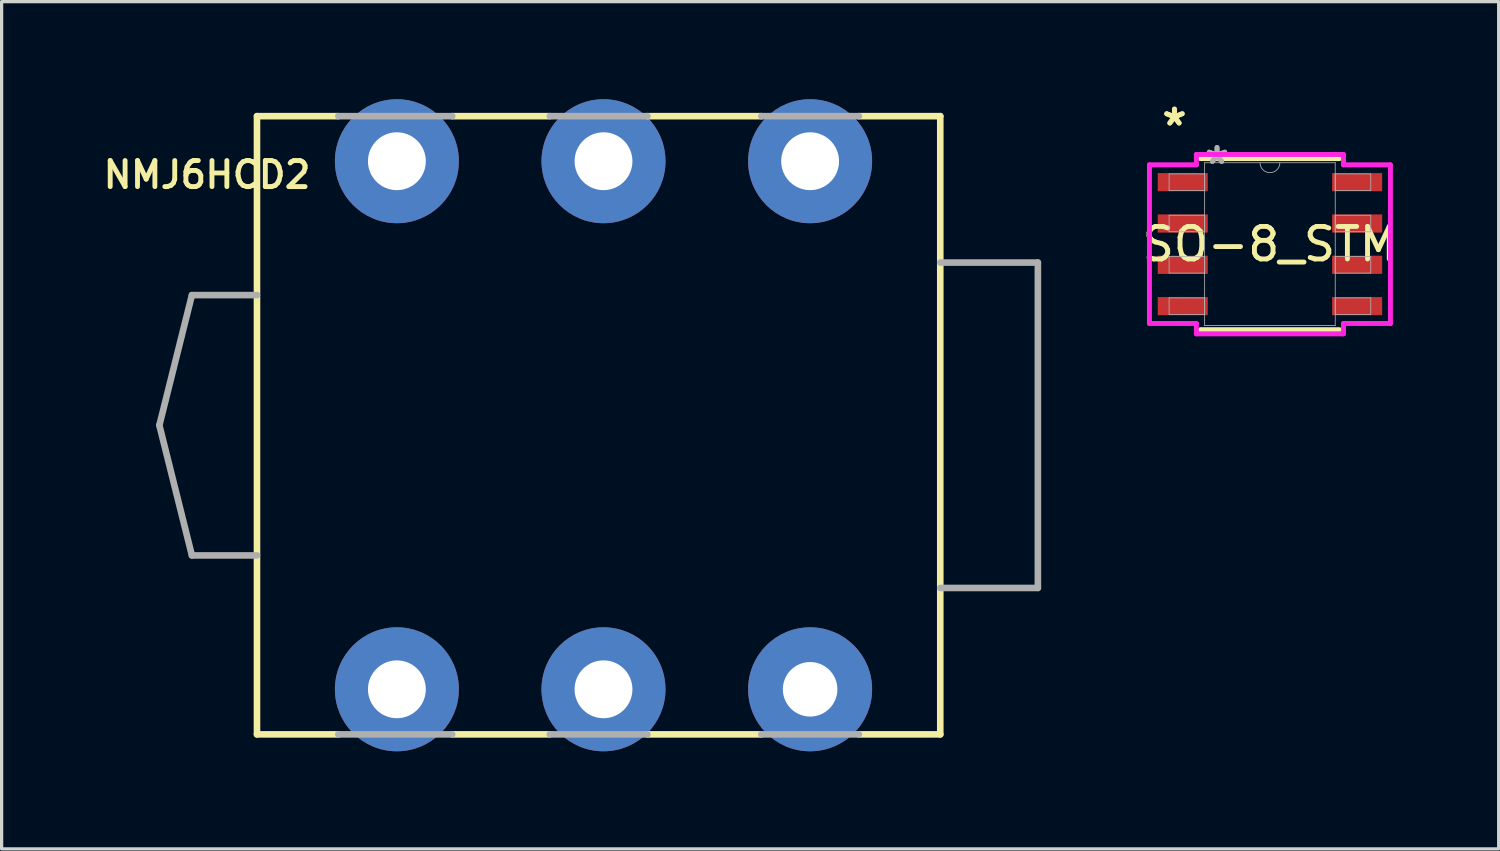
<source format=kicad_pcb>
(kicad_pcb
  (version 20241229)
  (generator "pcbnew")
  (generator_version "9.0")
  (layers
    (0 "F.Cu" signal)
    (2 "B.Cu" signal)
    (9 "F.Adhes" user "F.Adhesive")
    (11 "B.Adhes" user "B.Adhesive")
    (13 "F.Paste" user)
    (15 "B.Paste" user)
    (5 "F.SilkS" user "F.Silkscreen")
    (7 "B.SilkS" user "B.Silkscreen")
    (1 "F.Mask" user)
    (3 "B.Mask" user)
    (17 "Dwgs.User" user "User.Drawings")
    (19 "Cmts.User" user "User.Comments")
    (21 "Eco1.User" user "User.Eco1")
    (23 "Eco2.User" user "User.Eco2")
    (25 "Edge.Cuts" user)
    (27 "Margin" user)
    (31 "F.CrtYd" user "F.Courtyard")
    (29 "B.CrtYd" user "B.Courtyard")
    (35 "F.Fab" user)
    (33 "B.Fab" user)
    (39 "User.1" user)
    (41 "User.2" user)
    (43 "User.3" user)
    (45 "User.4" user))
  (footprint "NMJ6HCD2"
    (layer "F.Cu")
    (at 25.848 10.02)
    (property "Reference" "NMJ6HCD2" (at -22.536 -7.698 180) (layer "F.SilkS") (effects (font (size 0.801 0.801) (thickness 0.15))))
    (attr through_hole)
    (fp_line (start -21 -9.5) (end -18.5 -9.5) (stroke (width 0.203) (type solid)) (layer "F.SilkS"))
    (fp_line (start -21 9.5) (end -21 -9.5) (stroke (width 0.203) (type solid)) (layer "F.SilkS"))
    (fp_line (start -18.5 9.5) (end -21 9.5) (stroke (width 0.203) (type solid)) (layer "F.SilkS"))
    (fp_line (start -15 -9.5) (end -12 -9.5) (stroke (width 0.203) (type solid)) (layer "F.SilkS"))
    (fp_line (start -12 9.5) (end -15 9.5) (stroke (width 0.203) (type solid)) (layer "F.SilkS"))
    (fp_line (start -9 -9.5) (end -5.5 -9.5) (stroke (width 0.203) (type solid)) (layer "F.SilkS"))
    (fp_line (start -5.5 9.5) (end -9 9.5) (stroke (width 0.203) (type solid)) (layer "F.SilkS"))
    (fp_line (start -2.5 -9.5) (end 0 -9.5) (stroke (width 0.203) (type solid)) (layer "F.SilkS"))
    (fp_line (start 0 -9.5) (end 0 9.5) (stroke (width 0.203) (type solid)) (layer "F.SilkS"))
    (fp_line (start 0 9.5) (end -2.5 9.5) (stroke (width 0.203) (type solid)) (layer "F.SilkS"))
    (fp_line (start -24 0) (end -23 -4) (stroke (width 0.203) (type solid)) (layer "F.Fab"))
    (fp_line (start -24 0) (end -23 4) (stroke (width 0.203) (type solid)) (layer "F.Fab"))
    (fp_line (start -23 -4) (end -21 -4) (stroke (width 0.203) (type solid)) (layer "F.Fab"))
    (fp_line (start -23 4) (end -21 4) (stroke (width 0.203) (type solid)) (layer "F.Fab"))
    (fp_line (start -18.5 -9.5) (end -15 -9.5) (stroke (width 0.203) (type solid)) (layer "F.Fab"))
    (fp_line (start -15 9.5) (end -18.5 9.5) (stroke (width 0.203) (type solid)) (layer "F.Fab"))
    (fp_line (start -12 -9.5) (end -9 -9.5) (stroke (width 0.203) (type solid)) (layer "F.Fab"))
    (fp_line (start -9 9.5) (end -12 9.5) (stroke (width 0.203) (type solid)) (layer "F.Fab"))
    (fp_line (start -5.5 -9.5) (end -2.5 -9.5) (stroke (width 0.203) (type solid)) (layer "F.Fab"))
    (fp_line (start -2.5 9.5) (end -5.5 9.5) (stroke (width 0.203) (type solid)) (layer "F.Fab"))
    (fp_line (start 0 5) (end 3 5) (stroke (width 0.203) (type solid)) (layer "F.Fab"))
    (fp_line (start 3 -5) (end 0 -5) (stroke (width 0.203) (type solid)) (layer "F.Fab"))
    (fp_line (start 3 5) (end 3 -5) (stroke (width 0.203) (type solid)) (layer "F.Fab"))
    (pad "R" thru_hole circle (at -10.35 -8.115) (size 3.81 3.81) (drill 1.778) (layers "*.Cu" "*.Mask"))
    (pad "RN" thru_hole circle (at -10.35 8.115) (size 3.81 3.81) (drill 1.778) (layers "*.Cu" "*.Mask"))
    (pad "S" thru_hole circle (at -4 -8.115) (size 3.81 3.81) (drill 1.778) (layers "*.Cu" "*.Mask"))
    (pad "SN" thru_hole circle (at -4 8.115) (size 3.81 3.81) (drill 1.676) (layers "*.Cu" "*.Mask"))
    (pad "T" thru_hole circle (at -16.7 -8.115) (size 3.81 3.81) (drill 1.778) (layers "*.Cu" "*.Mask"))
    (pad "TN" thru_hole circle (at -16.7 8.115) (size 3.81 3.81) (drill 1.778) (layers "*.Cu" "*.Mask")))
  (footprint "SO-8_STM"
    (layer "F.Cu")
    (at 35.98 4.454)
    (property "Reference" "SO-8_STM" (at 0 0 0) (unlocked yes) (layer "F.SilkS") (effects (font (size 1 1) (thickness 0.15))))
    (attr smd)
    (fp_line (start -2.134 2.629) (end 2.134 2.629) (stroke (width 0.152) (type solid)) (layer "F.SilkS"))
    (fp_line (start 2.134 -2.629) (end -2.134 -2.629) (stroke (width 0.152) (type solid)) (layer "F.SilkS"))
    (fp_line (start -3.703 -2.438) (end -2.261 -2.438) (stroke (width 0.152) (type solid)) (layer "F.CrtYd"))
    (fp_line (start -3.703 2.438) (end -3.703 -2.438) (stroke (width 0.152) (type solid)) (layer "F.CrtYd"))
    (fp_line (start -3.703 2.438) (end -2.261 2.438) (stroke (width 0.152) (type solid)) (layer "F.CrtYd"))
    (fp_line (start -2.261 -2.756) (end 2.261 -2.756) (stroke (width 0.152) (type solid)) (layer "F.CrtYd"))
    (fp_line (start -2.261 -2.438) (end -2.261 -2.756) (stroke (width 0.152) (type solid)) (layer "F.CrtYd"))
    (fp_line (start -2.261 2.756) (end -2.261 2.438) (stroke (width 0.152) (type solid)) (layer "F.CrtYd"))
    (fp_line (start 2.261 -2.756) (end 2.261 -2.438) (stroke (width 0.152) (type solid)) (layer "F.CrtYd"))
    (fp_line (start 2.261 2.438) (end 2.261 2.756) (stroke (width 0.152) (type solid)) (layer "F.CrtYd"))
    (fp_line (start 2.261 2.756) (end -2.261 2.756) (stroke (width 0.152) (type solid)) (layer "F.CrtYd"))
    (fp_line (start 3.703 -2.438) (end 2.261 -2.438) (stroke (width 0.152) (type solid)) (layer "F.CrtYd"))
    (fp_line (start 3.703 -2.438) (end 3.703 2.438) (stroke (width 0.152) (type solid)) (layer "F.CrtYd"))
    (fp_line (start 3.703 2.438) (end 2.261 2.438) (stroke (width 0.152) (type solid)) (layer "F.CrtYd"))
    (fp_line (start -3.099 -2.159) (end -3.099 -1.651) (stroke (width 0.025) (type solid)) (layer "F.Fab"))
    (fp_line (start -3.099 -1.651) (end -2.007 -1.651) (stroke (width 0.025) (type solid)) (layer "F.Fab"))
    (fp_line (start -3.099 -0.889) (end -3.099 -0.381) (stroke (width 0.025) (type solid)) (layer "F.Fab"))
    (fp_line (start -3.099 -0.381) (end -2.007 -0.381) (stroke (width 0.025) (type solid)) (layer "F.Fab"))
    (fp_line (start -3.099 0.381) (end -3.099 0.889) (stroke (width 0.025) (type solid)) (layer "F.Fab"))
    (fp_line (start -3.099 0.889) (end -2.007 0.889) (stroke (width 0.025) (type solid)) (layer "F.Fab"))
    (fp_line (start -3.099 1.651) (end -3.099 2.159) (stroke (width 0.025) (type solid)) (layer "F.Fab"))
    (fp_line (start -3.099 2.159) (end -2.007 2.159) (stroke (width 0.025) (type solid)) (layer "F.Fab"))
    (fp_line (start -2.007 -2.502) (end -2.007 2.502) (stroke (width 0.025) (type solid)) (layer "F.Fab"))
    (fp_line (start -2.007 -2.159) (end -3.099 -2.159) (stroke (width 0.025) (type solid)) (layer "F.Fab"))
    (fp_line (start -2.007 -1.651) (end -2.007 -2.159) (stroke (width 0.025) (type solid)) (layer "F.Fab"))
    (fp_line (start -2.007 -0.889) (end -3.099 -0.889) (stroke (width 0.025) (type solid)) (layer "F.Fab"))
    (fp_line (start -2.007 -0.381) (end -2.007 -0.889) (stroke (width 0.025) (type solid)) (layer "F.Fab"))
    (fp_line (start -2.007 0.381) (end -3.099 0.381) (stroke (width 0.025) (type solid)) (layer "F.Fab"))
    (fp_line (start -2.007 0.889) (end -2.007 0.381) (stroke (width 0.025) (type solid)) (layer "F.Fab"))
    (fp_line (start -2.007 1.651) (end -3.099 1.651) (stroke (width 0.025) (type solid)) (layer "F.Fab"))
    (fp_line (start -2.007 2.159) (end -2.007 1.651) (stroke (width 0.025) (type solid)) (layer "F.Fab"))
    (fp_line (start -2.007 2.502) (end 2.007 2.502) (stroke (width 0.025) (type solid)) (layer "F.Fab"))
    (fp_line (start 2.007 -2.502) (end -2.007 -2.502) (stroke (width 0.025) (type solid)) (layer "F.Fab"))
    (fp_line (start 2.007 -2.159) (end 2.007 -1.651) (stroke (width 0.025) (type solid)) (layer "F.Fab"))
    (fp_line (start 2.007 -1.651) (end 3.099 -1.651) (stroke (width 0.025) (type solid)) (layer "F.Fab"))
    (fp_line (start 2.007 -0.889) (end 2.007 -0.381) (stroke (width 0.025) (type solid)) (layer "F.Fab"))
    (fp_line (start 2.007 -0.381) (end 3.099 -0.381) (stroke (width 0.025) (type solid)) (layer "F.Fab"))
    (fp_line (start 2.007 0.381) (end 2.007 0.889) (stroke (width 0.025) (type solid)) (layer "F.Fab"))
    (fp_line (start 2.007 0.889) (end 3.099 0.889) (stroke (width 0.025) (type solid)) (layer "F.Fab"))
    (fp_line (start 2.007 1.651) (end 2.007 2.159) (stroke (width 0.025) (type solid)) (layer "F.Fab"))
    (fp_line (start 2.007 2.159) (end 3.099 2.159) (stroke (width 0.025) (type solid)) (layer "F.Fab"))
    (fp_line (start 2.007 2.502) (end 2.007 -2.502) (stroke (width 0.025) (type solid)) (layer "F.Fab"))
    (fp_line (start 3.099 -2.159) (end 2.007 -2.159) (stroke (width 0.025) (type solid)) (layer "F.Fab"))
    (fp_line (start 3.099 -1.651) (end 3.099 -2.159) (stroke (width 0.025) (type solid)) (layer "F.Fab"))
    (fp_line (start 3.099 -0.889) (end 2.007 -0.889) (stroke (width 0.025) (type solid)) (layer "F.Fab"))
    (fp_line (start 3.099 -0.381) (end 3.099 -0.889) (stroke (width 0.025) (type solid)) (layer "F.Fab"))
    (fp_line (start 3.099 0.381) (end 2.007 0.381) (stroke (width 0.025) (type solid)) (layer "F.Fab"))
    (fp_line (start 3.099 0.889) (end 3.099 0.381) (stroke (width 0.025) (type solid)) (layer "F.Fab"))
    (fp_line (start 3.099 1.651) (end 2.007 1.651) (stroke (width 0.025) (type solid)) (layer "F.Fab"))
    (fp_line (start 3.099 2.159) (end 3.099 1.651) (stroke (width 0.025) (type solid)) (layer "F.Fab"))
    (fp_arc (start 0.3048 -2.5019) (mid 0 -2.1971) (end -0.3048 -2.5019) (stroke (width 0.0254) (type solid)) (layer "F.Fab"))
    (fp_text user "*" (at -2.934 -3.606 0) (layer "F.SilkS") (effects (font (size 1 1) (thickness 0.15))))
    (fp_text user "*" (at -2.934 -3.606 0) (unlocked yes) (layer "F.SilkS") (effects (font (size 1 1) (thickness 0.15))))
    (fp_text user "*" (at -1.626 -2.426 0) (unlocked yes) (layer "F.Fab") (effects (font (size 1 1) (thickness 0.15))))
    (fp_text user "*" (at -1.626 -2.426 0) (layer "F.Fab") (effects (font (size 1 1) (thickness 0.15))))
    (pad "1" smd rect (at -2.68 -1.905) (size 1.538 0.558) (layers "F.Cu" "F.Mask" "F.Paste"))
    (pad "2" smd rect (at -2.68 -0.635) (size 1.538 0.558) (layers "F.Cu" "F.Mask" "F.Paste"))
    (pad "3" smd rect (at -2.68 0.635) (size 1.538 0.558) (layers "F.Cu" "F.Mask" "F.Paste"))
    (pad "4" smd rect (at -2.68 1.905) (size 1.538 0.558) (layers "F.Cu" "F.Mask" "F.Paste"))
    (pad "5" smd rect (at 2.68 1.905) (size 1.538 0.558) (layers "F.Cu" "F.Mask" "F.Paste"))
    (pad "6" smd rect (at 2.68 0.635) (size 1.538 0.558) (layers "F.Cu" "F.Mask" "F.Paste"))
    (pad "7" smd rect (at 2.68 -0.635) (size 1.538 0.558) (layers "F.Cu" "F.Mask" "F.Paste"))
    (pad "8" smd rect (at 2.68 -1.905) (size 1.538 0.558) (layers "F.Cu" "F.Mask" "F.Paste")))
  (gr_rect
    (start -3 -3)
    (end 43.01 23.04)
    (stroke (width 0.1) (type default))
    (fill no)
    (layer "Edge.Cuts")))
</source>
